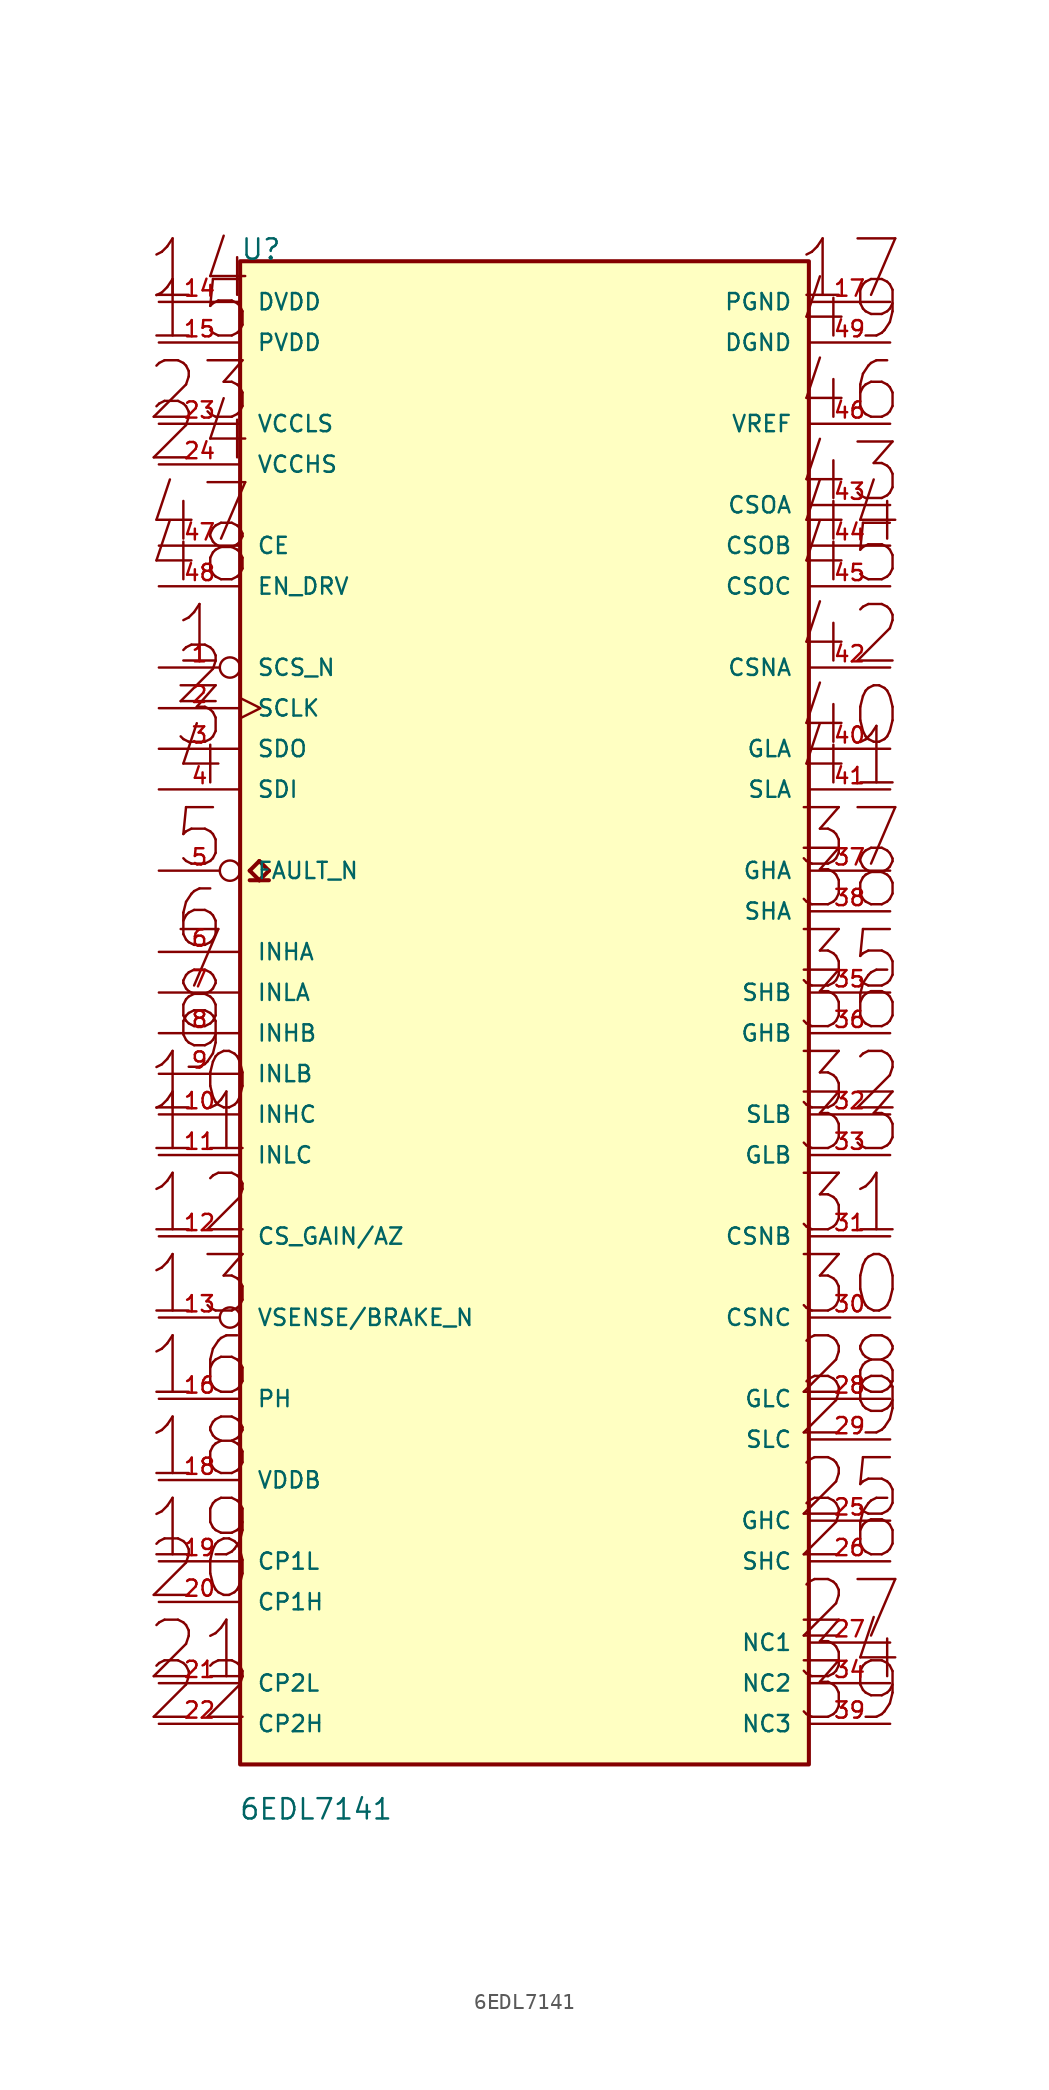
<source format=kicad_sym>
(kicad_symbol_lib
  (version 20211014)
  (generator kicad_symbol_editor)
  (symbol "6EDL7141"
    (pin_names
      (offset 1.016))
    (property "Reference" "U"
      (at 0 0 0)
      (effects (font (size 1.27 1.27)) (justify left bottom)))
    (property "Value" "6EDL7141"
      (at -0.1 -97.52 0)
      (effects (font (size 1.27 1.27)) (justify left bottom)))
    (symbol "6EDL7141_0_0"
      (rectangle (start 0 -93.98) (end 35.56 0) (stroke (width 0.254) (type default) (color 0 0 0 0)) (fill (type background)))
      (polyline (pts (xy 0.6 -38.7) (xy 1.2 -38.7)) (stroke (width 0.254) (type default) (color 0 0 0 0)) (fill (type none)))
      (polyline (pts (xy 0.6 -38.1) (xy 1.2 -37.5)) (stroke (width 0.254) (type default) (color 0 0 0 0)) (fill (type none)))
      (polyline (pts (xy 1.2 -38.7) (xy 0.6 -38.1)) (stroke (width 0.254) (type default) (color 0 0 0 0)) (fill (type none)))
      (polyline (pts (xy 1.2 -38.7) (xy 1.8 -38.7)) (stroke (width 0.254) (type default) (color 0 0 0 0)) (fill (type none)))
      (polyline (pts (xy 1.2 -37.5) (xy 1.8 -38.1)) (stroke (width 0.254) (type default) (color 0 0 0 0)) (fill (type none)))
      (polyline (pts (xy 1.8 -38.1) (xy 1.2 -38.7)) (stroke (width 0.254) (type default) (color 0 0 0 0)) (fill (type none)))
      (text "1" (at -2.54 -25.4 0) (effects (font (size 3.531 3.531)) (justify bottom)))
      (text "10" (at -2.54 -53.34 0) (effects (font (size 3.531 3.531)) (justify bottom)))
      (text "11" (at -2.54 -55.88 0) (effects (font (size 3.531 3.531)) (justify bottom)))
      (text "12" (at -2.54 -60.96 0) (effects (font (size 3.531 3.531)) (justify bottom)))
      (text "13" (at -2.54 -66.04 0) (effects (font (size 3.531 3.531)) (justify bottom)))
      (text "14" (at -2.54 -2.54 0) (effects (font (size 3.531 3.531)) (justify bottom)))
      (text "15" (at -2.54 -5.08 0) (effects (font (size 3.531 3.531)) (justify bottom)))
      (text "16" (at -2.54 -71.12 0) (effects (font (size 3.531 3.531)) (justify bottom)))
      (text "17" (at 38.1 -2.54 0) (effects (font (size 3.531 3.531)) (justify bottom)))
      (text "18" (at -2.54 -76.2 0) (effects (font (size 3.531 3.531)) (justify bottom)))
      (text "19" (at -2.54 -81.28 0) (effects (font (size 3.531 3.531)) (justify bottom)))
      (text "2" (at -2.54 -27.94 0) (effects (font (size 3.531 3.531)) (justify bottom)))
      (text "20" (at -2.54 -83.82 0) (effects (font (size 3.531 3.531)) (justify bottom)))
      (text "21" (at -2.54 -88.9 0) (effects (font (size 3.531 3.531)) (justify bottom)))
      (text "22" (at -2.54 -91.44 0) (effects (font (size 3.531 3.531)) (justify bottom)))
      (text "23" (at -2.54 -10.16 0) (effects (font (size 3.531 3.531)) (justify bottom)))
      (text "24" (at -2.54 -12.7 0) (effects (font (size 3.531 3.531)) (justify bottom)))
      (text "25" (at 38.1 -78.74 0) (effects (font (size 3.531 3.531)) (justify bottom)))
      (text "26" (at 38.1 -81.28 0) (effects (font (size 3.531 3.531)) (justify bottom)))
      (text "27" (at 38.1 -86.36 0) (effects (font (size 3.531 3.531)) (justify bottom)))
      (text "28" (at 38.1 -71.12 0) (effects (font (size 3.531 3.531)) (justify bottom)))
      (text "29" (at 38.1 -73.66 0) (effects (font (size 3.531 3.531)) (justify bottom)))
      (text "3" (at -2.54 -30.48 0) (effects (font (size 3.531 3.531)) (justify bottom)))
      (text "30" (at 38.1 -66.04 0) (effects (font (size 3.531 3.531)) (justify bottom)))
      (text "31" (at 38.1 -60.96 0) (effects (font (size 3.531 3.531)) (justify bottom)))
      (text "32" (at 38.1 -53.34 0) (effects (font (size 3.531 3.531)) (justify bottom)))
      (text "33" (at 38.1 -55.88 0) (effects (font (size 3.531 3.531)) (justify bottom)))
      (text "34" (at 38.1 -88.9 0) (effects (font (size 3.531 3.531)) (justify bottom)))
      (text "35" (at 38.1 -45.72 0) (effects (font (size 3.531 3.531)) (justify bottom)))
      (text "36" (at 38.1 -48.26 0) (effects (font (size 3.531 3.531)) (justify bottom)))
      (text "37" (at 38.1 -38.1 0) (effects (font (size 3.531 3.531)) (justify bottom)))
      (text "38" (at 38.1 -40.64 0) (effects (font (size 3.531 3.531)) (justify bottom)))
      (text "39" (at 38.1 -91.44 0) (effects (font (size 3.531 3.531)) (justify bottom)))
      (text "4" (at -2.54 -33.02 0) (effects (font (size 3.531 3.531)) (justify bottom)))
      (text "40" (at 38.1 -30.48 0) (effects (font (size 3.531 3.531)) (justify bottom)))
      (text "41" (at 38.1 -33.02 0) (effects (font (size 3.531 3.531)) (justify bottom)))
      (text "42" (at 38.1 -25.4 0) (effects (font (size 3.531 3.531)) (justify bottom)))
      (text "43" (at 38.1 -15.24 0) (effects (font (size 3.531 3.531)) (justify bottom)))
      (text "44" (at 38.1 -17.78 0) (effects (font (size 3.531 3.531)) (justify bottom)))
      (text "45" (at 38.1 -20.32 0) (effects (font (size 3.531 3.531)) (justify bottom)))
      (text "46" (at 38.1 -10.16 0) (effects (font (size 3.531 3.531)) (justify bottom)))
      (text "47" (at -2.54 -17.78 0) (effects (font (size 3.531 3.531)) (justify bottom)))
      (text "48" (at -2.54 -20.32 0) (effects (font (size 3.531 3.531)) (justify bottom)))
      (text "49" (at 38.1 -5.08 0) (effects (font (size 3.531 3.531)) (justify bottom)))
      (text "5" (at -2.54 -38.1 0) (effects (font (size 3.531 3.531)) (justify bottom)))
      (text "6" (at -2.54 -43.18 0) (effects (font (size 3.531 3.531)) (justify bottom)))
      (text "7" (at -2.54 -45.72 0) (effects (font (size 3.531 3.531)) (justify bottom)))
      (text "8" (at -2.54 -48.26 0) (effects (font (size 3.531 3.531)) (justify bottom)))
      (text "9" (at -2.54 -50.8 0) (effects (font (size 3.531 3.531)) (justify bottom)))
      (pin input inverted (at -5.08 -25.4 0) (length 5.08) (name "SCS_N" (effects (font (size 1.016 1.016)))) (number "1" (effects (font (size 1.016 1.016)))))
      (pin input line (at -5.08 -53.34 0) (length 5.08) (name "INHC" (effects (font (size 1.016 1.016)))) (number "10" (effects (font (size 1.016 1.016)))))
      (pin input line (at -5.08 -55.88 0) (length 5.08) (name "INLC" (effects (font (size 1.016 1.016)))) (number "11" (effects (font (size 1.016 1.016)))))
      (pin input line (at -5.08 -60.96 0) (length 5.08) (name "CS_GAIN/AZ" (effects (font (size 1.016 1.016)))) (number "12" (effects (font (size 1.016 1.016)))))
      (pin input inverted (at -5.08 -66.04 0) (length 5.08) (name "VSENSE/BRAKE_N" (effects (font (size 1.016 1.016)))) (number "13" (effects (font (size 1.016 1.016)))))
      (pin power_in line (at -5.08 -2.54 0) (length 5.08) (name "DVDD" (effects (font (size 1.016 1.016)))) (number "14" (effects (font (size 1.016 1.016)))))
      (pin power_in line (at -5.08 -5.08 0) (length 5.08) (name "PVDD" (effects (font (size 1.016 1.016)))) (number "15" (effects (font (size 1.016 1.016)))))
      (pin power_in line (at -5.08 -71.12 0) (length 5.08) (name "PH" (effects (font (size 1.016 1.016)))) (number "16" (effects (font (size 1.016 1.016)))))
      (pin power_in line (at 40.64 -2.54 180) (length 5.08) (name "PGND" (effects (font (size 1.016 1.016)))) (number "17" (effects (font (size 1.016 1.016)))))
      (pin power_in line (at -5.08 -76.2 0) (length 5.08) (name "VDDB" (effects (font (size 1.016 1.016)))) (number "18" (effects (font (size 1.016 1.016)))))
      (pin passive line (at -5.08 -81.28 0) (length 5.08) (name "CP1L" (effects (font (size 1.016 1.016)))) (number "19" (effects (font (size 1.016 1.016)))))
      (pin input clock (at -5.08 -27.94 0) (length 5.08) (name "SCLK" (effects (font (size 1.016 1.016)))) (number "2" (effects (font (size 1.016 1.016)))))
      (pin passive line (at -5.08 -83.82 0) (length 5.08) (name "CP1H" (effects (font (size 1.016 1.016)))) (number "20" (effects (font (size 1.016 1.016)))))
      (pin passive line (at -5.08 -88.9 0) (length 5.08) (name "CP2L" (effects (font (size 1.016 1.016)))) (number "21" (effects (font (size 1.016 1.016)))))
      (pin passive line (at -5.08 -91.44 0) (length 5.08) (name "CP2H" (effects (font (size 1.016 1.016)))) (number "22" (effects (font (size 1.016 1.016)))))
      (pin power_in line (at -5.08 -10.16 0) (length 5.08) (name "VCCLS" (effects (font (size 1.016 1.016)))) (number "23" (effects (font (size 1.016 1.016)))))
      (pin power_in line (at -5.08 -12.7 0) (length 5.08) (name "VCCHS" (effects (font (size 1.016 1.016)))) (number "24" (effects (font (size 1.016 1.016)))))
      (pin output line (at 40.64 -78.74 180) (length 5.08) (name "GHC" (effects (font (size 1.016 1.016)))) (number "25" (effects (font (size 1.016 1.016)))))
      (pin bidirectional line (at 40.64 -81.28 180) (length 5.08) (name "SHC" (effects (font (size 1.016 1.016)))) (number "26" (effects (font (size 1.016 1.016)))))
      (pin passive line (at 40.64 -86.36 180) (length 5.08) (name "NC1" (effects (font (size 1.016 1.016)))) (number "27" (effects (font (size 1.016 1.016)))))
      (pin output line (at 40.64 -71.12 180) (length 5.08) (name "GLC" (effects (font (size 1.016 1.016)))) (number "28" (effects (font (size 1.016 1.016)))))
      (pin bidirectional line (at 40.64 -73.66 180) (length 5.08) (name "SLC" (effects (font (size 1.016 1.016)))) (number "29" (effects (font (size 1.016 1.016)))))
      (pin output line (at -5.08 -30.48 0) (length 5.08) (name "SDO" (effects (font (size 1.016 1.016)))) (number "3" (effects (font (size 1.016 1.016)))))
      (pin input line (at 40.64 -66.04 180) (length 5.08) (name "CSNC" (effects (font (size 1.016 1.016)))) (number "30" (effects (font (size 1.016 1.016)))))
      (pin input line (at 40.64 -60.96 180) (length 5.08) (name "CSNB" (effects (font (size 1.016 1.016)))) (number "31" (effects (font (size 1.016 1.016)))))
      (pin bidirectional line (at 40.64 -53.34 180) (length 5.08) (name "SLB" (effects (font (size 1.016 1.016)))) (number "32" (effects (font (size 1.016 1.016)))))
      (pin output line (at 40.64 -55.88 180) (length 5.08) (name "GLB" (effects (font (size 1.016 1.016)))) (number "33" (effects (font (size 1.016 1.016)))))
      (pin passive line (at 40.64 -88.9 180) (length 5.08) (name "NC2" (effects (font (size 1.016 1.016)))) (number "34" (effects (font (size 1.016 1.016)))))
      (pin bidirectional line (at 40.64 -45.72 180) (length 5.08) (name "SHB" (effects (font (size 1.016 1.016)))) (number "35" (effects (font (size 1.016 1.016)))))
      (pin output line (at 40.64 -48.26 180) (length 5.08) (name "GHB" (effects (font (size 1.016 1.016)))) (number "36" (effects (font (size 1.016 1.016)))))
      (pin output line (at 40.64 -38.1 180) (length 5.08) (name "GHA" (effects (font (size 1.016 1.016)))) (number "37" (effects (font (size 1.016 1.016)))))
      (pin bidirectional line (at 40.64 -40.64 180) (length 5.08) (name "SHA" (effects (font (size 1.016 1.016)))) (number "38" (effects (font (size 1.016 1.016)))))
      (pin passive line (at 40.64 -91.44 180) (length 5.08) (name "NC3" (effects (font (size 1.016 1.016)))) (number "39" (effects (font (size 1.016 1.016)))))
      (pin input line (at -5.08 -33.02 0) (length 5.08) (name "SDI" (effects (font (size 1.016 1.016)))) (number "4" (effects (font (size 1.016 1.016)))))
      (pin output line (at 40.64 -30.48 180) (length 5.08) (name "GLA" (effects (font (size 1.016 1.016)))) (number "40" (effects (font (size 1.016 1.016)))))
      (pin bidirectional line (at 40.64 -33.02 180) (length 5.08) (name "SLA" (effects (font (size 1.016 1.016)))) (number "41" (effects (font (size 1.016 1.016)))))
      (pin input line (at 40.64 -25.4 180) (length 5.08) (name "CSNA" (effects (font (size 1.016 1.016)))) (number "42" (effects (font (size 1.016 1.016)))))
      (pin output line (at 40.64 -15.24 180) (length 5.08) (name "CSOA" (effects (font (size 1.016 1.016)))) (number "43" (effects (font (size 1.016 1.016)))))
      (pin input line (at 40.64 -17.78 180) (length 5.08) (name "CSOB" (effects (font (size 1.016 1.016)))) (number "44" (effects (font (size 1.016 1.016)))))
      (pin output line (at 40.64 -20.32 180) (length 5.08) (name "CSOC" (effects (font (size 1.016 1.016)))) (number "45" (effects (font (size 1.016 1.016)))))
      (pin input line (at 40.64 -10.16 180) (length 5.08) (name "VREF" (effects (font (size 1.016 1.016)))) (number "46" (effects (font (size 1.016 1.016)))))
      (pin input line (at -5.08 -17.78 0) (length 5.08) (name "CE" (effects (font (size 1.016 1.016)))) (number "47" (effects (font (size 1.016 1.016)))))
      (pin input line (at -5.08 -20.32 0) (length 5.08) (name "EN_DRV" (effects (font (size 1.016 1.016)))) (number "48" (effects (font (size 1.016 1.016)))))
      (pin power_in line (at 40.64 -5.08 180) (length 5.08) (name "DGND" (effects (font (size 1.016 1.016)))) (number "49" (effects (font (size 1.016 1.016)))))
      (pin open_collector inverted (at -5.08 -38.1 0) (length 5.08) (name "FAULT_N" (effects (font (size 1.016 1.016)))) (number "5" (effects (font (size 1.016 1.016)))))
      (pin input line (at -5.08 -43.18 0) (length 5.08) (name "INHA" (effects (font (size 1.016 1.016)))) (number "6" (effects (font (size 1.016 1.016)))))
      (pin input line (at -5.08 -45.72 0) (length 5.08) (name "INLA" (effects (font (size 1.016 1.016)))) (number "7" (effects (font (size 1.016 1.016)))))
      (pin input line (at -5.08 -48.26 0) (length 5.08) (name "INHB" (effects (font (size 1.016 1.016)))) (number "8" (effects (font (size 1.016 1.016)))))
      (pin input line (at -5.08 -50.8 0) (length 5.08) (name "INLB" (effects (font (size 1.016 1.016)))) (number "9" (effects (font (size 1.016 1.016))))))))
</source>
